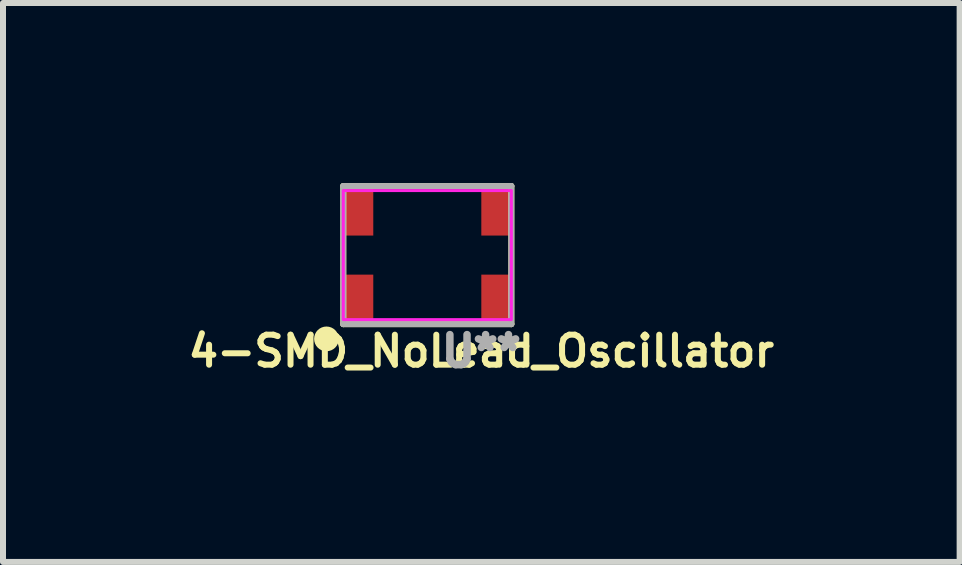
<source format=kicad_pcb>
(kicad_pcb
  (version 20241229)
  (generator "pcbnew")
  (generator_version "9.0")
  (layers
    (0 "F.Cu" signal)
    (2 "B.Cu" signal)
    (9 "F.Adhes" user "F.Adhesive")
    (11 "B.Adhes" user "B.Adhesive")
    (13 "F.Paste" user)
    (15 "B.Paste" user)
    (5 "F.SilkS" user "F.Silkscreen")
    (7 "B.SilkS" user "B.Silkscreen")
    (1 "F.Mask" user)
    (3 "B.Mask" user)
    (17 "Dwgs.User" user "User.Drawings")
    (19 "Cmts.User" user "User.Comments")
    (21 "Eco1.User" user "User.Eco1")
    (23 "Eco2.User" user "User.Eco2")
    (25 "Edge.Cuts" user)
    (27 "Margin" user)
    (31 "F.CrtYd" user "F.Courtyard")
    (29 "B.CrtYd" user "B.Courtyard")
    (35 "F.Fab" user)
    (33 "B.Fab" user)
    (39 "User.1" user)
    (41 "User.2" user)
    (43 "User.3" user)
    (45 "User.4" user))
  (footprint "4-SMD_NoLead_Oscillator"
    (layer "F.Cu")
    (at 4.069 1.2)
    (property "Reference" "4-SMD_NoLead_Oscillator" (at 0.9 1.6 0) (unlocked yes) (layer "F.SilkS") (effects (font (size 0.5 0.5) (thickness 0.1))))
    (attr smd)
    (fp_line (start -1.4 -1.15) (end -1.4 1.15) (stroke (width 0.1) (type solid)) (layer "F.SilkS"))
    (fp_line (start 1.4 -1.15) (end -1.4 -1.15) (stroke (width 0.1) (type solid)) (layer "F.SilkS"))
    (fp_line (start 1.4 -1.15) (end 1.4 1.15) (stroke (width 0.1) (type solid)) (layer "F.SilkS"))
    (fp_line (start 1.4 1.15) (end -1.4 1.15) (stroke (width 0.1) (type solid)) (layer "F.SilkS"))
    (fp_circle (center -1.68 1.396) (end -1.524 1.396) (stroke (width 0.1) (type solid)) (fill yes) (layer "F.SilkS"))
    (fp_rect (start -1.4 1.075) (end 1.4 -1.075) (stroke (width 0.05) (type default)) (fill no) (layer "F.CrtYd"))
    (fp_line (start -1.4 -1.15) (end -1.4 1.15) (stroke (width 0.1) (type solid)) (layer "F.Fab"))
    (fp_line (start 1.4 -1.15) (end -1.4 -1.15) (stroke (width 0.1) (type solid)) (layer "F.Fab"))
    (fp_line (start 1.4 -1.15) (end 1.4 1.15) (stroke (width 0.1) (type solid)) (layer "F.Fab"))
    (fp_line (start 1.4 1.15) (end -1.4 1.15) (stroke (width 0.1) (type solid)) (layer "F.Fab"))
    (fp_text user "U**" (at 0.9 1.6 0) (unlocked yes) (layer "F.Fab") (effects (font (size 0.5 0.5) (thickness 0.125))))
    (pad "1" smd rect (at -1.15 0.738) (size 0.5 0.825) (layers "F.Cu" "F.Mask" "F.Paste"))
    (pad "2" smd rect (at 1.15 0.738) (size 0.5 0.825) (layers "F.Cu" "F.Mask" "F.Paste"))
    (pad "3" smd rect (at 1.15 -0.738) (size 0.5 0.825) (layers "F.Cu" "F.Mask" "F.Paste"))
    (pad "4" smd rect (at -1.15 -0.738) (size 0.5 0.825) (layers "F.Cu" "F.Mask" "F.Paste")))
  (gr_rect
    (start -3 -3)
    (end 12.938 6.312)
    (stroke (width 0.1) (type default))
    (fill no)
    (layer "Edge.Cuts")))
</source>
